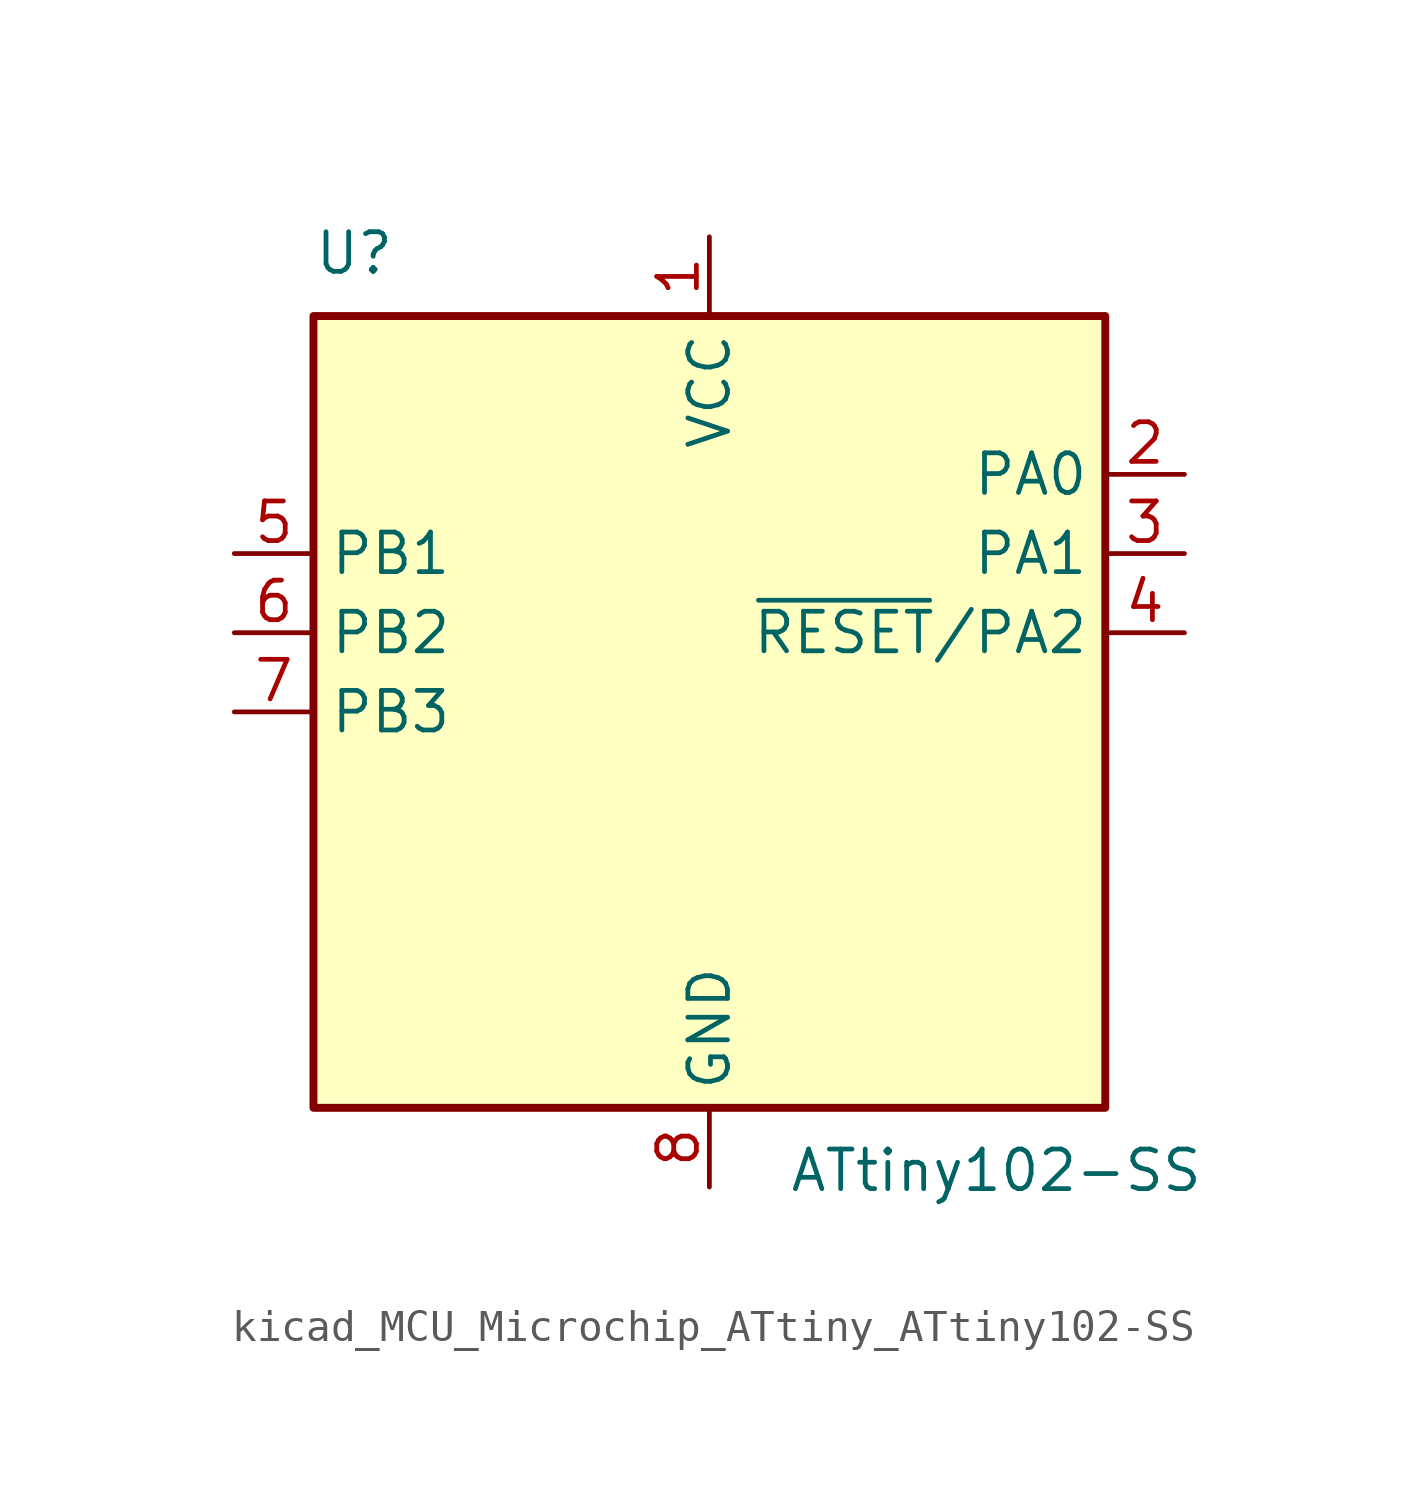
<source format=kicad_sym>
(kicad_symbol_lib
  (version 20220914)
  (generator kicad_symbol_editor)
  (symbol "kicad_MCU_Microchip_ATtiny_ATtiny102-SS"
    (property "Reference" "U"
      (at -12.7 13.97 0)
      (effects (font (size 1.27 1.27)) (justify left bottom)))
    (property "Value" "ATtiny102-SS"
      (at 2.54 -13.97 0)
      (effects (font (size 1.27 1.27)) (justify left top)))
    (symbol "kicad_MCU_Microchip_ATtiny_ATtiny102-SS_0_1"
      (rectangle (start -12.7 -12.7) (end 12.7 12.7) (stroke (width 0.254) (type default)) (fill (type background))))
    (symbol "kicad_MCU_Microchip_ATtiny_ATtiny102-SS_1_1"
      (pin power_in line (at 0 15.24 270) (length 2.54) (name "VCC" (effects (font (size 1.27 1.27)))) (number "1" (effects (font (size 1.27 1.27)))))
      (pin bidirectional line (at 15.24 7.62 180) (length 2.54) (name "PA0" (effects (font (size 1.27 1.27)))) (number "2" (effects (font (size 1.27 1.27)))))
      (pin bidirectional line (at 15.24 5.08 180) (length 2.54) (name "PA1" (effects (font (size 1.27 1.27)))) (number "3" (effects (font (size 1.27 1.27)))))
      (pin bidirectional line (at 15.24 2.54 180) (length 2.54) (name "~{RESET}/PA2" (effects (font (size 1.27 1.27)))) (number "4" (effects (font (size 1.27 1.27)))))
      (pin bidirectional line (at -15.24 5.08 0) (length 2.54) (name "PB1" (effects (font (size 1.27 1.27)))) (number "5" (effects (font (size 1.27 1.27)))))
      (pin bidirectional line (at -15.24 2.54 0) (length 2.54) (name "PB2" (effects (font (size 1.27 1.27)))) (number "6" (effects (font (size 1.27 1.27)))))
      (pin bidirectional line (at -15.24 0 0) (length 2.54) (name "PB3" (effects (font (size 1.27 1.27)))) (number "7" (effects (font (size 1.27 1.27)))))
      (pin power_in line (at 0 -15.24 90) (length 2.54) (name "GND" (effects (font (size 1.27 1.27)))) (number "8" (effects (font (size 1.27 1.27))))))))
</source>
